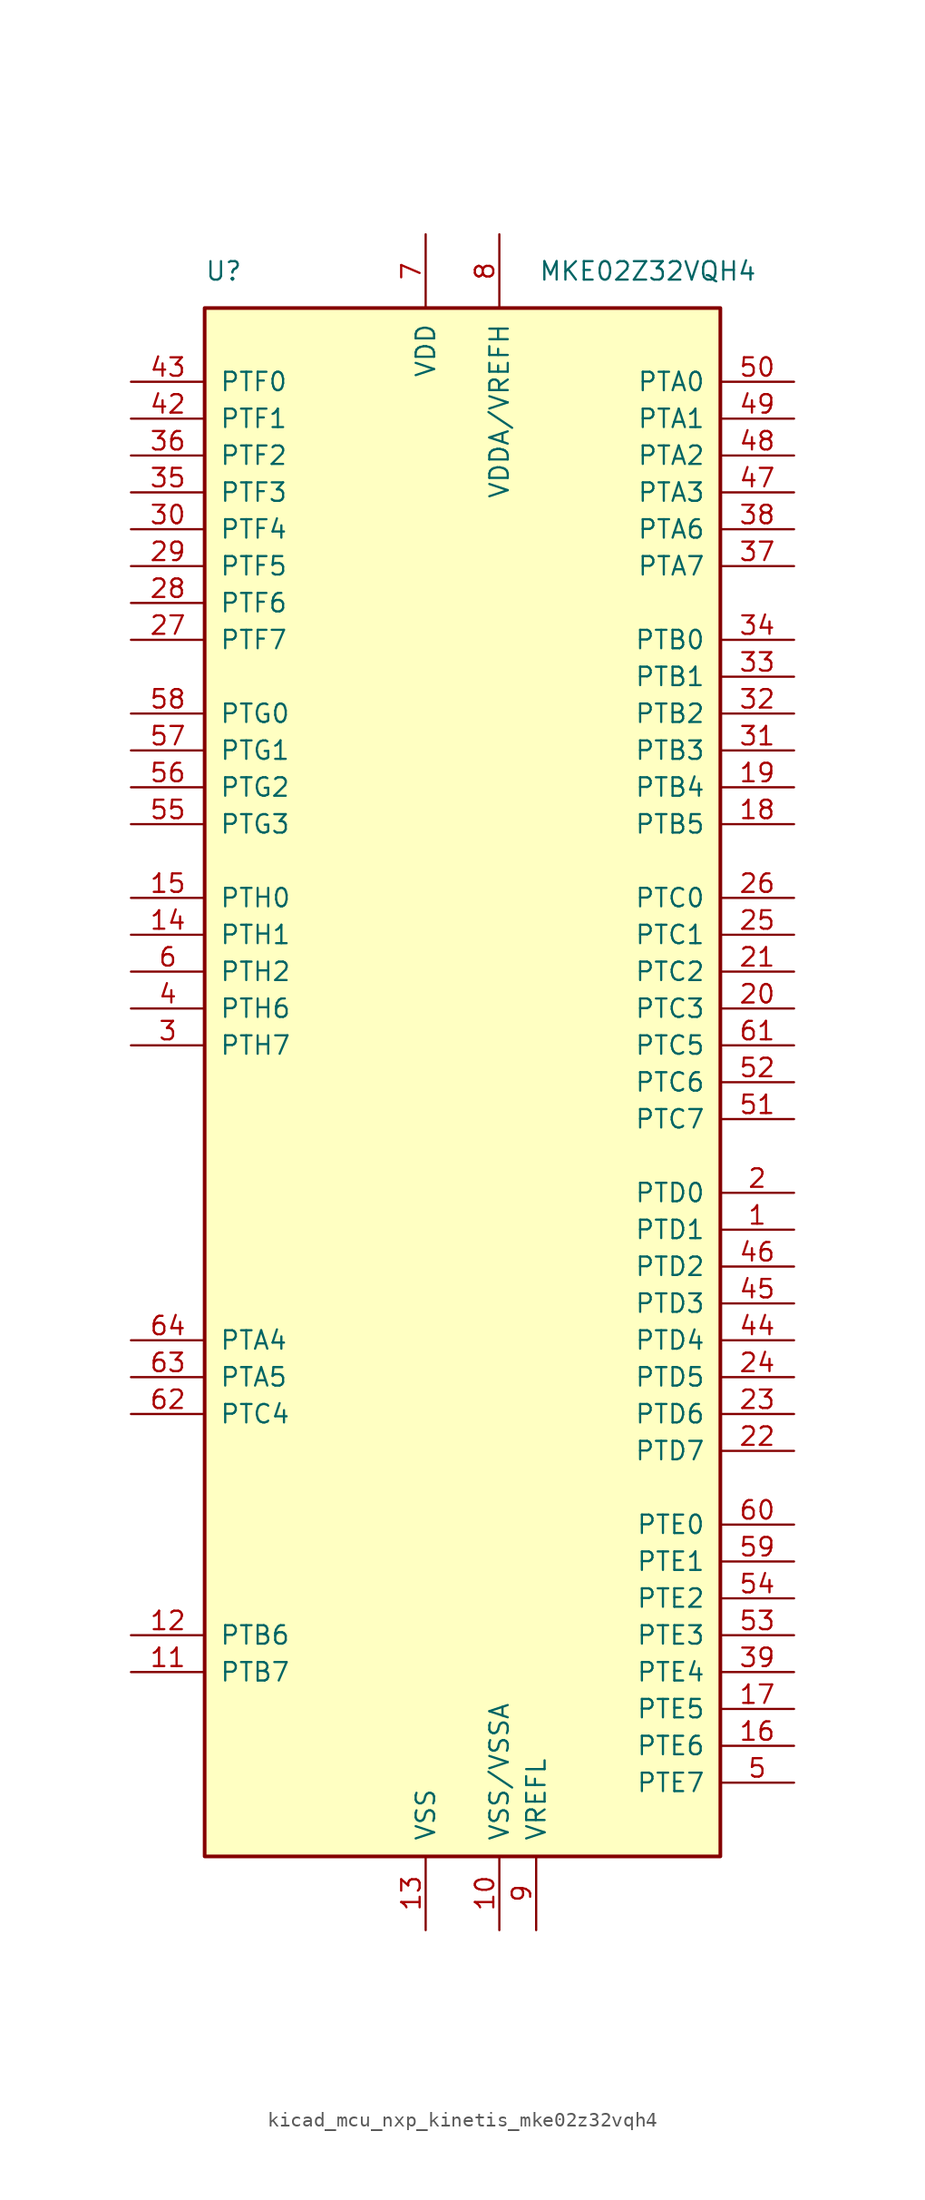
<source format=kicad_sym>
(kicad_symbol_lib
  (version 20220914)
  (generator kicad_symbol_editor)
  (symbol "kicad_mcu_nxp_kinetis_mke02z32vqh4"
    (pin_names
      (offset 1.016))
    (property "Reference" "U"
      (at -17.78 55.88 0)
      (effects (font (size 1.27 1.27)) (justify left)))
    (property "Value" "MKE02Z32VQH4"
      (at 20.32 55.88 0)
      (effects (font (size 1.27 1.27)) (justify right)))
    (symbol "kicad_mcu_nxp_kinetis_mke02z32vqh4_0_1"
      (rectangle (start -17.78 53.34) (end 17.78 -53.34) (stroke (width 0.254) (type default)) (fill (type background))))
    (symbol "kicad_mcu_nxp_kinetis_mke02z32vqh4_1_1"
      (pin bidirectional line (at 22.86 -10.16 180) (length 5.08) (name "PTD1" (effects (font (size 1.27 1.27)))) (number "1" (effects (font (size 1.27 1.27)))))
      (pin power_in line (at 2.54 -58.42 90) (length 5.08) (name "VSS/VSSA" (effects (font (size 1.27 1.27)))) (number "10" (effects (font (size 1.27 1.27)))))
      (pin bidirectional line (at -22.86 -40.64 0) (length 5.08) (name "PTB7" (effects (font (size 1.27 1.27)))) (number "11" (effects (font (size 1.27 1.27)))))
      (pin bidirectional line (at -22.86 -38.1 0) (length 5.08) (name "PTB6" (effects (font (size 1.27 1.27)))) (number "12" (effects (font (size 1.27 1.27)))))
      (pin power_in line (at -2.54 -58.42 90) (length 5.08) (name "VSS" (effects (font (size 1.27 1.27)))) (number "13" (effects (font (size 1.27 1.27)))))
      (pin bidirectional line (at -22.86 10.16 0) (length 5.08) (name "PTH1" (effects (font (size 1.27 1.27)))) (number "14" (effects (font (size 1.27 1.27)))))
      (pin bidirectional line (at -22.86 12.7 0) (length 5.08) (name "PTH0" (effects (font (size 1.27 1.27)))) (number "15" (effects (font (size 1.27 1.27)))))
      (pin bidirectional line (at 22.86 -45.72 180) (length 5.08) (name "PTE6" (effects (font (size 1.27 1.27)))) (number "16" (effects (font (size 1.27 1.27)))))
      (pin bidirectional line (at 22.86 -43.18 180) (length 5.08) (name "PTE5" (effects (font (size 1.27 1.27)))) (number "17" (effects (font (size 1.27 1.27)))))
      (pin bidirectional line (at 22.86 17.78 180) (length 5.08) (name "PTB5" (effects (font (size 1.27 1.27)))) (number "18" (effects (font (size 1.27 1.27)))))
      (pin bidirectional line (at 22.86 20.32 180) (length 5.08) (name "PTB4" (effects (font (size 1.27 1.27)))) (number "19" (effects (font (size 1.27 1.27)))))
      (pin bidirectional line (at 22.86 -7.62 180) (length 5.08) (name "PTD0" (effects (font (size 1.27 1.27)))) (number "2" (effects (font (size 1.27 1.27)))))
      (pin bidirectional line (at 22.86 5.08 180) (length 5.08) (name "PTC3" (effects (font (size 1.27 1.27)))) (number "20" (effects (font (size 1.27 1.27)))))
      (pin bidirectional line (at 22.86 7.62 180) (length 5.08) (name "PTC2" (effects (font (size 1.27 1.27)))) (number "21" (effects (font (size 1.27 1.27)))))
      (pin bidirectional line (at 22.86 -25.4 180) (length 5.08) (name "PTD7" (effects (font (size 1.27 1.27)))) (number "22" (effects (font (size 1.27 1.27)))))
      (pin bidirectional line (at 22.86 -22.86 180) (length 5.08) (name "PTD6" (effects (font (size 1.27 1.27)))) (number "23" (effects (font (size 1.27 1.27)))))
      (pin bidirectional line (at 22.86 -20.32 180) (length 5.08) (name "PTD5" (effects (font (size 1.27 1.27)))) (number "24" (effects (font (size 1.27 1.27)))))
      (pin bidirectional line (at 22.86 10.16 180) (length 5.08) (name "PTC1" (effects (font (size 1.27 1.27)))) (number "25" (effects (font (size 1.27 1.27)))))
      (pin bidirectional line (at 22.86 12.7 180) (length 5.08) (name "PTC0" (effects (font (size 1.27 1.27)))) (number "26" (effects (font (size 1.27 1.27)))))
      (pin bidirectional line (at -22.86 30.48 0) (length 5.08) (name "PTF7" (effects (font (size 1.27 1.27)))) (number "27" (effects (font (size 1.27 1.27)))))
      (pin bidirectional line (at -22.86 33.02 0) (length 5.08) (name "PTF6" (effects (font (size 1.27 1.27)))) (number "28" (effects (font (size 1.27 1.27)))))
      (pin bidirectional line (at -22.86 35.56 0) (length 5.08) (name "PTF5" (effects (font (size 1.27 1.27)))) (number "29" (effects (font (size 1.27 1.27)))))
      (pin bidirectional line (at -22.86 2.54 0) (length 5.08) (name "PTH7" (effects (font (size 1.27 1.27)))) (number "3" (effects (font (size 1.27 1.27)))))
      (pin bidirectional line (at -22.86 38.1 0) (length 5.08) (name "PTF4" (effects (font (size 1.27 1.27)))) (number "30" (effects (font (size 1.27 1.27)))))
      (pin bidirectional line (at 22.86 22.86 180) (length 5.08) (name "PTB3" (effects (font (size 1.27 1.27)))) (number "31" (effects (font (size 1.27 1.27)))))
      (pin bidirectional line (at 22.86 25.4 180) (length 5.08) (name "PTB2" (effects (font (size 1.27 1.27)))) (number "32" (effects (font (size 1.27 1.27)))))
      (pin bidirectional line (at 22.86 27.94 180) (length 5.08) (name "PTB1" (effects (font (size 1.27 1.27)))) (number "33" (effects (font (size 1.27 1.27)))))
      (pin bidirectional line (at 22.86 30.48 180) (length 5.08) (name "PTB0" (effects (font (size 1.27 1.27)))) (number "34" (effects (font (size 1.27 1.27)))))
      (pin bidirectional line (at -22.86 40.64 0) (length 5.08) (name "PTF3" (effects (font (size 1.27 1.27)))) (number "35" (effects (font (size 1.27 1.27)))))
      (pin bidirectional line (at -22.86 43.18 0) (length 5.08) (name "PTF2" (effects (font (size 1.27 1.27)))) (number "36" (effects (font (size 1.27 1.27)))))
      (pin bidirectional line (at 22.86 35.56 180) (length 5.08) (name "PTA7" (effects (font (size 1.27 1.27)))) (number "37" (effects (font (size 1.27 1.27)))))
      (pin bidirectional line (at 22.86 38.1 180) (length 5.08) (name "PTA6" (effects (font (size 1.27 1.27)))) (number "38" (effects (font (size 1.27 1.27)))))
      (pin bidirectional line (at 22.86 -40.64 180) (length 5.08) (name "PTE4" (effects (font (size 1.27 1.27)))) (number "39" (effects (font (size 1.27 1.27)))))
      (pin bidirectional line (at -22.86 5.08 0) (length 5.08) (name "PTH6" (effects (font (size 1.27 1.27)))) (number "4" (effects (font (size 1.27 1.27)))))
      (pin passive line (at -2.54 -58.42 90) (length 5.08) hide (name "VSS" (effects (font (size 1.27 1.27)))) (number "40" (effects (font (size 1.27 1.27)))))
      (pin passive line (at -2.54 58.42 270) (length 5.08) hide (name "VDD" (effects (font (size 1.27 1.27)))) (number "41" (effects (font (size 1.27 1.27)))))
      (pin bidirectional line (at -22.86 45.72 0) (length 5.08) (name "PTF1" (effects (font (size 1.27 1.27)))) (number "42" (effects (font (size 1.27 1.27)))))
      (pin bidirectional line (at -22.86 48.26 0) (length 5.08) (name "PTF0" (effects (font (size 1.27 1.27)))) (number "43" (effects (font (size 1.27 1.27)))))
      (pin bidirectional line (at 22.86 -17.78 180) (length 5.08) (name "PTD4" (effects (font (size 1.27 1.27)))) (number "44" (effects (font (size 1.27 1.27)))))
      (pin bidirectional line (at 22.86 -15.24 180) (length 5.08) (name "PTD3" (effects (font (size 1.27 1.27)))) (number "45" (effects (font (size 1.27 1.27)))))
      (pin bidirectional line (at 22.86 -12.7 180) (length 5.08) (name "PTD2" (effects (font (size 1.27 1.27)))) (number "46" (effects (font (size 1.27 1.27)))))
      (pin bidirectional line (at 22.86 40.64 180) (length 5.08) (name "PTA3" (effects (font (size 1.27 1.27)))) (number "47" (effects (font (size 1.27 1.27)))))
      (pin bidirectional line (at 22.86 43.18 180) (length 5.08) (name "PTA2" (effects (font (size 1.27 1.27)))) (number "48" (effects (font (size 1.27 1.27)))))
      (pin bidirectional line (at 22.86 45.72 180) (length 5.08) (name "PTA1" (effects (font (size 1.27 1.27)))) (number "49" (effects (font (size 1.27 1.27)))))
      (pin bidirectional line (at 22.86 -48.26 180) (length 5.08) (name "PTE7" (effects (font (size 1.27 1.27)))) (number "5" (effects (font (size 1.27 1.27)))))
      (pin bidirectional line (at 22.86 48.26 180) (length 5.08) (name "PTA0" (effects (font (size 1.27 1.27)))) (number "50" (effects (font (size 1.27 1.27)))))
      (pin bidirectional line (at 22.86 -2.54 180) (length 5.08) (name "PTC7" (effects (font (size 1.27 1.27)))) (number "51" (effects (font (size 1.27 1.27)))))
      (pin bidirectional line (at 22.86 0 180) (length 5.08) (name "PTC6" (effects (font (size 1.27 1.27)))) (number "52" (effects (font (size 1.27 1.27)))))
      (pin bidirectional line (at 22.86 -38.1 180) (length 5.08) (name "PTE3" (effects (font (size 1.27 1.27)))) (number "53" (effects (font (size 1.27 1.27)))))
      (pin bidirectional line (at 22.86 -35.56 180) (length 5.08) (name "PTE2" (effects (font (size 1.27 1.27)))) (number "54" (effects (font (size 1.27 1.27)))))
      (pin bidirectional line (at -22.86 17.78 0) (length 5.08) (name "PTG3" (effects (font (size 1.27 1.27)))) (number "55" (effects (font (size 1.27 1.27)))))
      (pin bidirectional line (at -22.86 20.32 0) (length 5.08) (name "PTG2" (effects (font (size 1.27 1.27)))) (number "56" (effects (font (size 1.27 1.27)))))
      (pin bidirectional line (at -22.86 22.86 0) (length 5.08) (name "PTG1" (effects (font (size 1.27 1.27)))) (number "57" (effects (font (size 1.27 1.27)))))
      (pin bidirectional line (at -22.86 25.4 0) (length 5.08) (name "PTG0" (effects (font (size 1.27 1.27)))) (number "58" (effects (font (size 1.27 1.27)))))
      (pin bidirectional line (at 22.86 -33.02 180) (length 5.08) (name "PTE1" (effects (font (size 1.27 1.27)))) (number "59" (effects (font (size 1.27 1.27)))))
      (pin bidirectional line (at -22.86 7.62 0) (length 5.08) (name "PTH2" (effects (font (size 1.27 1.27)))) (number "6" (effects (font (size 1.27 1.27)))))
      (pin bidirectional line (at 22.86 -30.48 180) (length 5.08) (name "PTE0" (effects (font (size 1.27 1.27)))) (number "60" (effects (font (size 1.27 1.27)))))
      (pin bidirectional line (at 22.86 2.54 180) (length 5.08) (name "PTC5" (effects (font (size 1.27 1.27)))) (number "61" (effects (font (size 1.27 1.27)))))
      (pin bidirectional line (at -22.86 -22.86 0) (length 5.08) (name "PTC4" (effects (font (size 1.27 1.27)))) (number "62" (effects (font (size 1.27 1.27)))))
      (pin bidirectional line (at -22.86 -20.32 0) (length 5.08) (name "PTA5" (effects (font (size 1.27 1.27)))) (number "63" (effects (font (size 1.27 1.27)))))
      (pin bidirectional line (at -22.86 -17.78 0) (length 5.08) (name "PTA4" (effects (font (size 1.27 1.27)))) (number "64" (effects (font (size 1.27 1.27)))))
      (pin power_in line (at -2.54 58.42 270) (length 5.08) (name "VDD" (effects (font (size 1.27 1.27)))) (number "7" (effects (font (size 1.27 1.27)))))
      (pin power_in line (at 2.54 58.42 270) (length 5.08) (name "VDDA/VREFH" (effects (font (size 1.27 1.27)))) (number "8" (effects (font (size 1.27 1.27)))))
      (pin power_in line (at 5.08 -58.42 90) (length 5.08) (name "VREFL" (effects (font (size 1.27 1.27)))) (number "9" (effects (font (size 1.27 1.27))))))))
</source>
